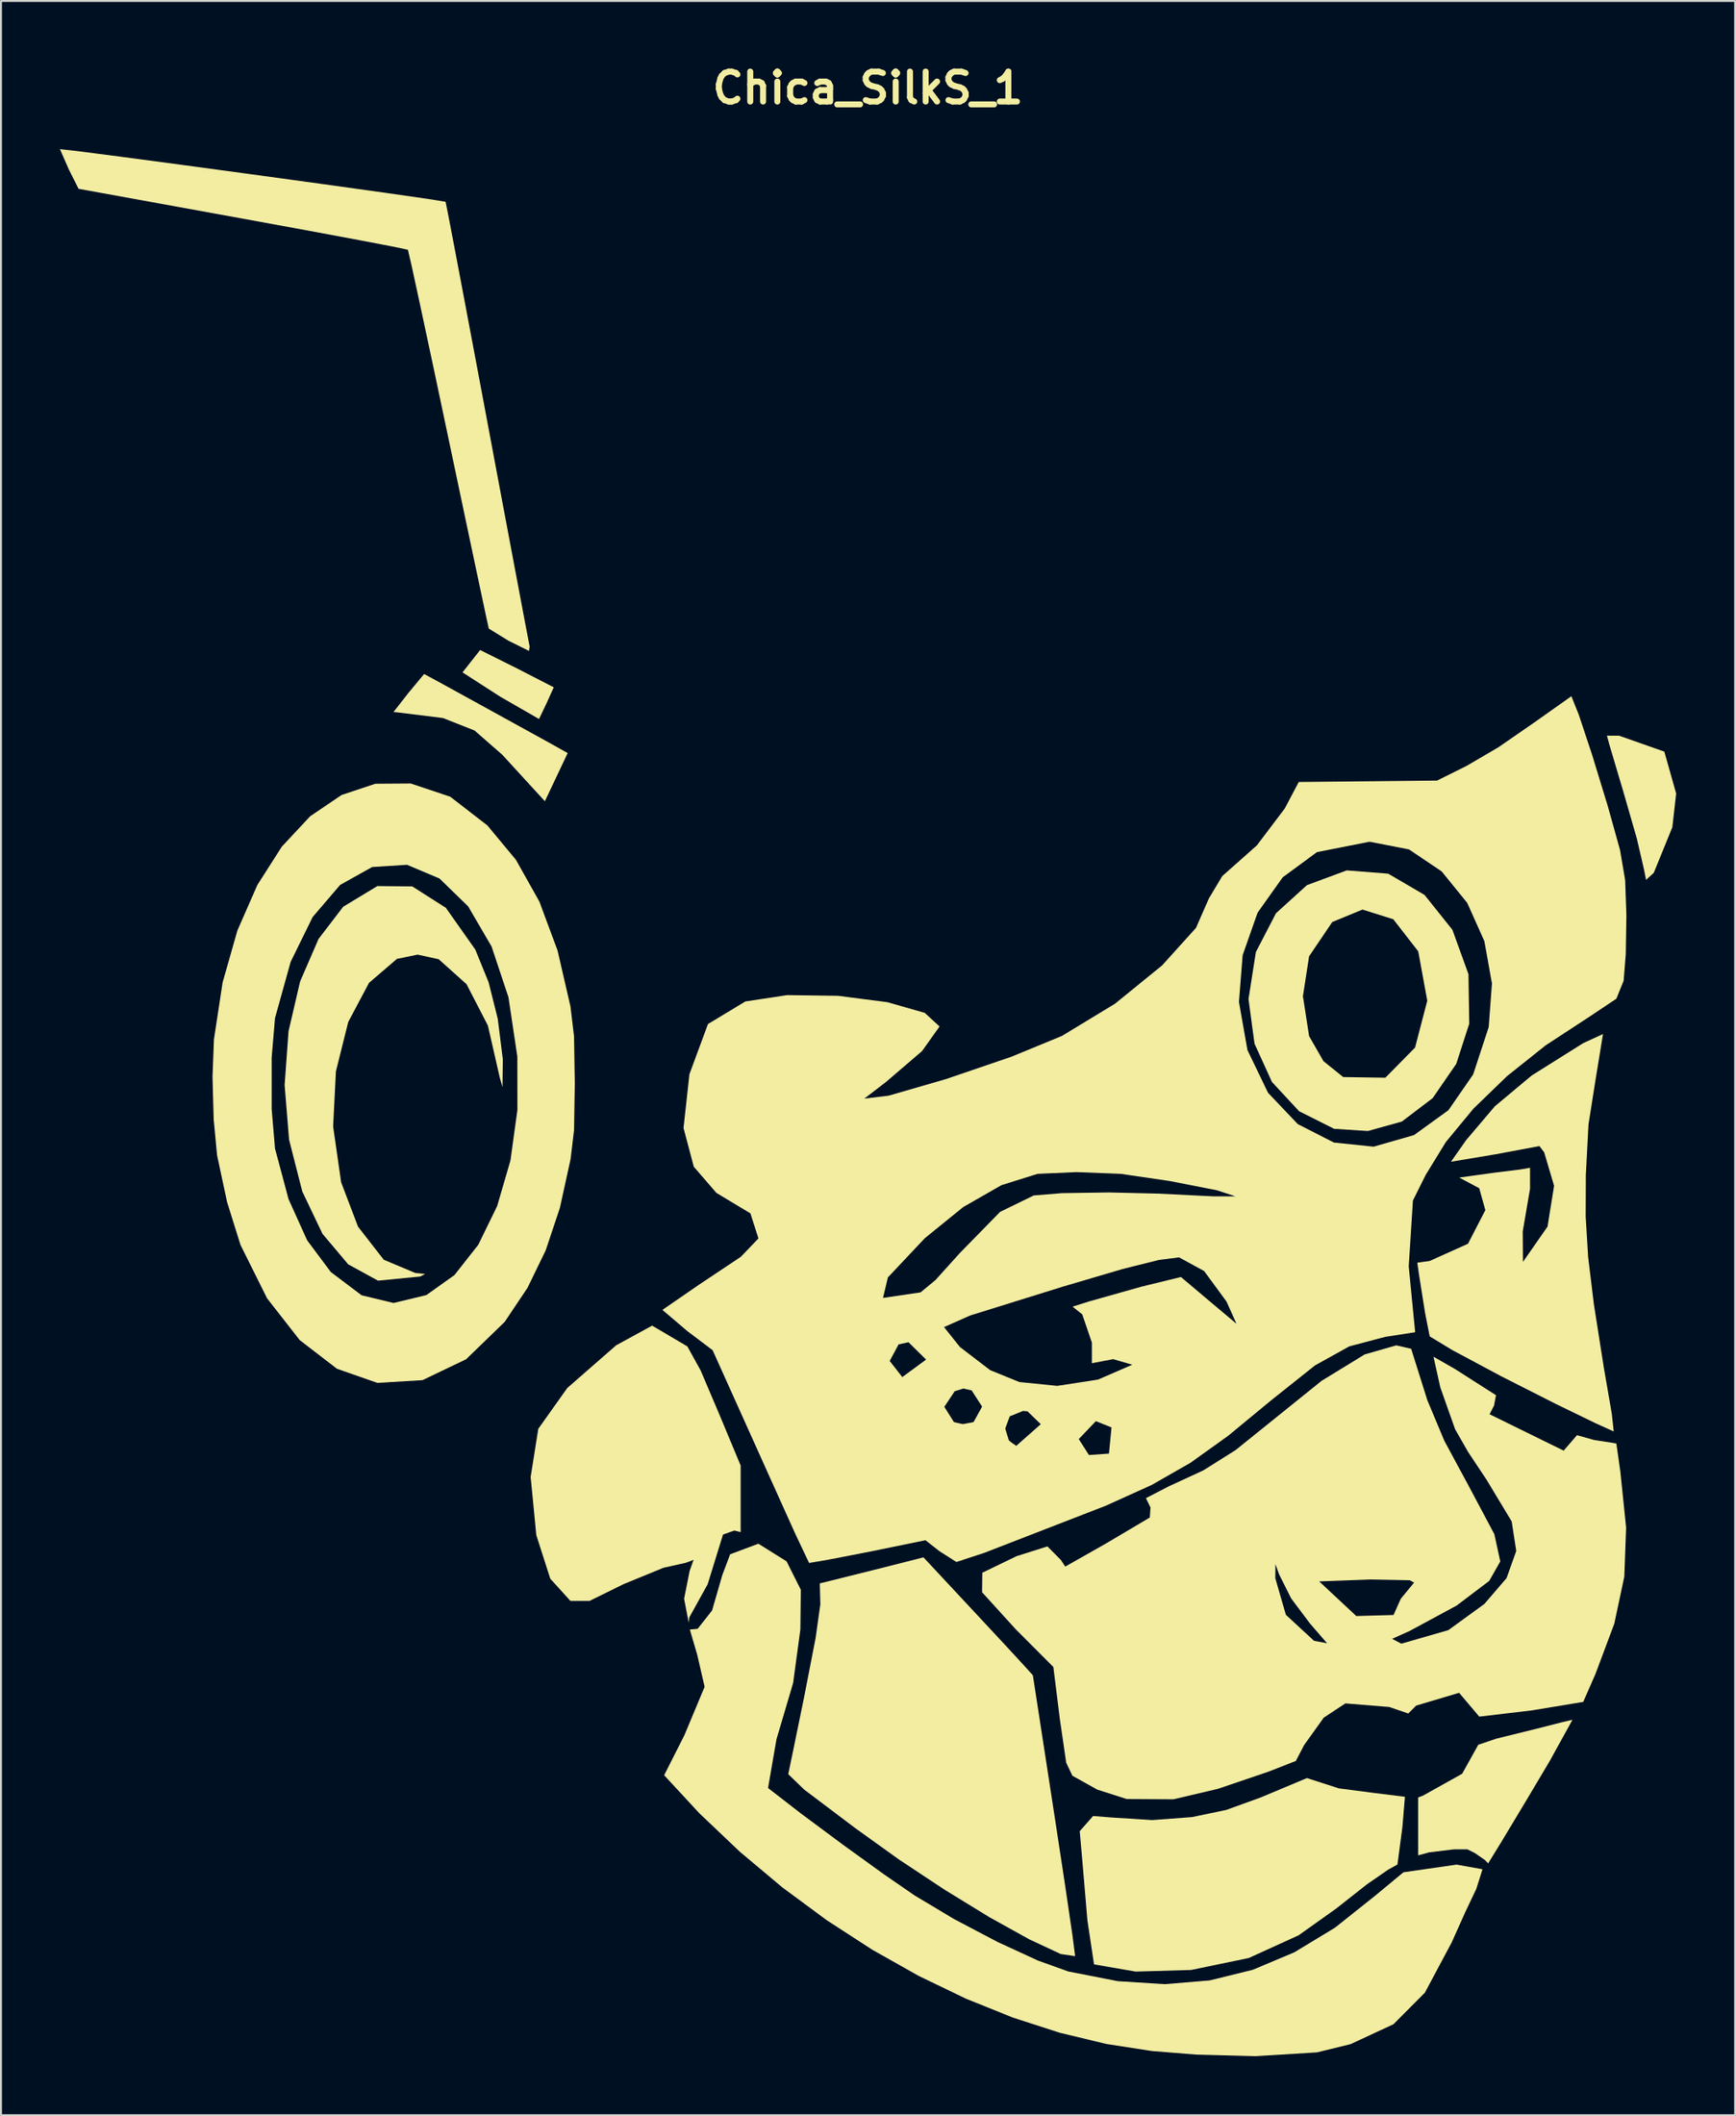
<source format=kicad_pcb>
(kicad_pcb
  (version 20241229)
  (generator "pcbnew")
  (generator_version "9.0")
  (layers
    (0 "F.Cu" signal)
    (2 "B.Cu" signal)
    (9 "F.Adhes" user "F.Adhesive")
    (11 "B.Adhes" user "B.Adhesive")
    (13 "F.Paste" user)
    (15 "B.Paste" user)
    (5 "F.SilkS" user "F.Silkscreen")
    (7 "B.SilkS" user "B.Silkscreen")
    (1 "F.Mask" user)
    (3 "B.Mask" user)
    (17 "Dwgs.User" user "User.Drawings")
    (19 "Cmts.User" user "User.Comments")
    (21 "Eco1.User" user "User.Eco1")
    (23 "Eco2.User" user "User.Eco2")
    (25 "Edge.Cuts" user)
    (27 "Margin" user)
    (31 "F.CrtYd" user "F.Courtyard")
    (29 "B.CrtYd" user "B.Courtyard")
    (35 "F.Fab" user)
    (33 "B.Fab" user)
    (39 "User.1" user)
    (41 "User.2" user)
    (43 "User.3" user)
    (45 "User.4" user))
  (footprint "Chica_SilkS_1"
    (layer "F.Cu")
    (at 41.115 53.024)
    (property "Reference" "Chica_SilkS_1" (at 0 -51.598 0) (layer "F.SilkS") (effects (font (size 1.524 1.524) (thickness 0.305))))
    (attr smd)
    (fp_poly (pts (xy -1.867 31.896) (xy -2.288 33.455) (xy 7.685 40.904) (xy 7.462 38.998) (xy -1.867 31.896)) (stroke (width 0) (type solid)) (fill yes) (layer "F.SilkS"))
    (fp_poly (pts (xy 25.848 41.25) (xy 28.372 40.161) (xy 28.864 41.389) (xy 28.446 44.121) (xy 26.581 45.986) (xy 25.625 46.348) (xy 25.848 41.25)) (stroke (width 0) (type solid)) (fill yes) (layer "F.SilkS"))
    (fp_poly (pts (xy 25.848 41.25) (xy 28.372 40.161) (xy 28.864 41.389) (xy 28.446 44.121) (xy 26.581 45.986) (xy 25.625 46.348) (xy 25.848 41.25)) (stroke (width 0) (type solid)) (fill yes) (layer "F.SilkS"))
    (fp_poly (pts (xy 25.848 41.25) (xy 28.372 40.161) (xy 28.864 41.389) (xy 28.446 44.121) (xy 26.581 45.986) (xy 25.625 46.348) (xy 25.848 41.25)) (stroke (width 0) (type solid)) (fill yes) (layer "F.SilkS"))
    (fp_poly (pts (xy 25.848 41.25) (xy 28.372 40.161) (xy 28.864 41.389) (xy 28.446 44.121) (xy 26.581 45.986) (xy 25.625 46.348) (xy 25.848 41.25)) (stroke (width 0) (type solid)) (fill yes) (layer "F.SilkS"))
    (fp_poly (pts (xy -18.703 -20.632) (xy -20.628 -21.872) (xy -19.733 -23.009) (xy -17.832 -22.062) (xy -15.986 -21.112) (xy -16.339 -20.33) (xy -16.735 -19.5) (xy -18.703 -20.632)) (stroke (width 0) (type solid)) (fill yes) (layer "F.SilkS"))
    (fp_poly (pts (xy -1.05 29.001) (xy -1.471 30.511) (xy -0.434 31.34) (xy 2.039 33.206) (xy 4.991 35.4) (xy 7.464 37.212) (xy 8.501 37.934) (xy 8.378 36.128) (xy -1.05 29.001)) (stroke (width 0) (type solid)) (fill yes) (layer "F.SilkS"))
    (fp_poly (pts (xy -0.593 26.942) (xy -0.873 28.114) (xy 0.086 28.836) (xy 2.372 30.552) (xy 5.095 32.591) (xy 7.368 34.278) (xy 8.303 34.94) (xy 7.883 32.589) (xy 6.506 31.665) (xy 3.599 29.728) (xy 0.714 27.81) (xy -0.593 26.942)) (stroke (width 0) (type solid)) (fill yes) (layer "F.SilkS"))
    (fp_poly (pts (xy 39.599 -11.318) (xy 39.492 -11.86) (xy 39.126 -13.433) (xy 38.44 -15.815) (xy 37.748 -18.142) (xy 37.609 -18.65) (xy 38.231 -18.65) (xy 40.529 -17.841) (xy 41.131 -15.71) (xy 40.937 -13.997) (xy 39.992 -11.676) (xy 39.599 -11.318)) (stroke (width 0) (type solid)) (fill yes) (layer "F.SilkS"))
    (fp_poly (pts (xy -16.778 -15.688) (xy -18.609 -17.687) (xy -20.019 -18.917) (xy -21.625 -19.55) (xy -24.011 -19.846) (xy -24.142 -19.853) (xy -23.383 -20.826) (xy -22.582 -21.789) (xy -21.876 -21.408) (xy -19.778 -20.255) (xy -16.209 -18.289) (xy -15.277 -17.767) (xy -16.437 -15.318) (xy -16.778 -15.689) (xy -16.778 -15.688)) (stroke (width 0) (type solid)) (fill yes) (layer "F.SilkS"))
    (fp_poly (pts (xy 31.403 38.542) (xy 30.886 38.184) (xy 30.505 37.995) (xy 29.81 37.997) (xy 28.557 38.151) (xy 28.001 38.302) (xy 28.001 36.829) (xy 28.001 35.355) (xy 28.236 35.27) (xy 30.24 34.152) (xy 30.67 33.382) (xy 31.06 32.678) (xy 31.963 32.371) (xy 34.018 31.863) (xy 35.296 31.538) (xy 35.855 31.406) (xy 34.701 33.497) (xy 33.478 35.553) (xy 32.18 37.71) (xy 31.564 38.71) (xy 31.403 38.542) (xy 31.403 38.542)) (stroke (width 0) (type solid)) (fill yes) (layer "F.SilkS"))
    (fp_poly (pts (xy 11.508 43.849) (xy 11.17 41.606) (xy 10.912 38.567) (xy 10.78 37.074) (xy 11.459 36.302) (xy 12.413 36.377) (xy 14.468 36.508) (xy 16.49 36.356) (xy 18.233 35.993) (xy 19.985 35.359) (xy 22.342 34.371) (xy 23.968 34.896) (xy 25.589 35.107) (xy 27.329 35.324) (xy 27.199 36.875) (xy 26.948 38.77) (xy 26.481 39.027) (xy 25.406 39.768) (xy 23.827 41.011) (xy 21.919 42.369) (xy 19.382 43.524) (xy 16.451 44.132) (xy 13.632 44.215) (xy 11.508 43.849)) (stroke (width 0) (type solid)) (fill yes) (layer "F.SilkS"))
    (fp_poly (pts (xy 9.814 43.321) (xy 8.22 42.578) (xy 6.187 41.45) (xy 3.907 40.053) (xy 1.568 38.505) (xy -0.639 36.92) (xy -3.242 34.957) (xy -4.053 34.173) (xy -3.792 32.918) (xy -3.242 30.237) (xy -2.661 27.248) (xy -2.42 25.535) (xy -2.447 24.469) (xy 0.24 23.8) (xy 2.829 23.144) (xy 5.189 25.675) (xy 6.981 27.599) (xy 7.972 28.673) (xy 8.395 29.142) (xy 9.484 36.202) (xy 10.029 39.782) (xy 10.411 42.378) (xy 10.546 43.43) (xy 9.813 43.321) (xy 9.814 43.321)) (stroke (width 0) (type solid)) (fill yes) (layer "F.SilkS"))
    (fp_poly (pts (xy -9.352 25.25) (xy -9.072 23.839) (xy -8.87 23.269) (xy -9.247 23.415) (xy -10.401 23.674) (xy -12.431 24.505) (xy -14.169 25.362) (xy -15.135 25.362) (xy -16.162 24.23) (xy -16.874 22.013) (xy -17.161 19.056) (xy -16.773 16.606) (xy -15.298 14.53) (xy -12.81 12.357) (xy -10.979 11.357) (xy -9.187 12.414) (xy -8.512 13.634) (xy -7.587 15.807) (xy -6.474 18.476) (xy -6.474 20.168) (xy -6.474 21.861) (xy -6.795 21.78) (xy -7.372 21.983) (xy -8.154 24.512) (xy -9.09 26.203) (xy -9.117 26.473) (xy -9.352 25.25) (xy -9.352 25.25)) (stroke (width 0) (type solid)) (fill yes) (layer "F.SilkS"))
    (fp_poly (pts (xy 23.727 1.346) (xy 26.332 -1.254) (xy 27.844 -2.786) (xy 28.466 -5.172) (xy 28.006 -7.681) (xy 26.737 -9.314) (xy 25.17 -9.807) (xy 23.632 -9.174) (xy 22.452 -7.43) (xy 22.138 -5.4) (xy 22.452 -3.371) (xy 23.183 -2.096) (xy 24.188 -1.287) (xy 26.332 -1.254) (xy 26.332 -1.254) (xy 23.727 1.346) (xy 21.942 0.45) (xy 20.562 -1.038) (xy 19.675 -2.984) (xy 19.369 -5.253) (xy 19.743 -7.645) (xy 20.768 -9.621) (xy 22.343 -11.05) (xy 24.367 -11.8) (xy 26.476 -11.633) (xy 28.326 -10.552) (xy 29.746 -8.776) (xy 30.562 -6.52) (xy 30.601 -4.001) (xy 29.94 -1.957) (xy 28.74 -0.215) (xy 27.171 0.977) (xy 25.443 1.457) (xy 23.727 1.346)) (stroke (width 0) (type solid)) (fill yes) (layer "F.SilkS"))
    (fp_poly (pts (xy -24.93 9.069) (xy -26.445 8.24) (xy -27.754 6.688) (xy -28.782 4.534) (xy -29.454 1.899) (xy -29.682 -0.88) (xy -29.482 -3.616) (xy -28.893 -6.149) (xy -27.954 -8.314) (xy -26.7 -9.951) (xy -24.962 -11.003) (xy -23.185 -10.984) (xy -21.476 -9.895) (xy -19.979 -7.774) (xy -19.301 -6.109) (xy -18.836 -4.256) (xy -18.578 -2.196) (xy -18.595 -0.778) (xy -18.732 -1.257) (xy -19.337 -3.906) (xy -20.424 -6.011) (xy -21.842 -7.281) (xy -22.915 -7.515) (xy -23.966 -7.298) (xy -25.388 -6.078) (xy -26.444 -4.088) (xy -27.072 -1.572) (xy -27.213 1.227) (xy -26.805 4.066) (xy -25.946 6.323) (xy -24.637 8.005) (xy -23.028 8.681) (xy -22.532 8.727) (xy -22.777 8.858) (xy -24.93 9.069) (xy -24.93 9.069)) (stroke (width 0) (type solid)) (fill yes) (layer "F.SilkS"))
    (fp_poly (pts (xy -18.293 -23.484) (xy -19.292 -24.1) (xy -19.465 -24.892) (xy -19.908 -26.976) (xy -20.555 -30.034) (xy -21.339 -33.751) (xy -22.124 -37.465) (xy -22.776 -40.516) (xy -23.226 -42.59) (xy -23.408 -43.369) (xy -24.09 -43.515) (xy -25.902 -43.862) (xy -28.57 -44.359) (xy -31.817 -44.953) (xy -40.168 -46.47) (xy -40.657 -47.444) (xy -41.115 -48.487) (xy -40.267 -48.393) (xy -38.047 -48.106) (xy -34.912 -47.688) (xy -31.319 -47.201) (xy -27.723 -46.708) (xy -24.582 -46.27) (xy -22.352 -45.95) (xy -21.49 -45.81) (xy -21.372 -45.227) (xy -21.065 -43.625) (xy -20.604 -41.193) (xy -20.024 -38.119) (xy -19.361 -34.592) (xy -18.698 -31.055) (xy -18.115 -27.954) (xy -17.649 -25.481) (xy -17.336 -23.827) (xy -17.212 -23.184) (xy -17.245 -22.964) (xy -18.293 -23.484) (xy -18.293 -23.484)) (stroke (width 0) (type solid)) (fill yes) (layer "F.SilkS"))
    (fp_poly (pts (xy 35.011 15.342) (xy 32.21 13.923) (xy 29.724 12.592) (xy 28.59 11.904) (xy 28.358 10.734) (xy 28.04 8.731) (xy 27.959 8.155) (xy 28.586 8.069) (xy 30.539 7.191) (xy 31.421 5.482) (xy 31.11 4.369) (xy 30.094 3.825) (xy 31.836 3.583) (xy 33.24 3.408) (xy 33.695 3.326) (xy 33.695 4.396) (xy 33.324 6.564) (xy 33.334 8.117) (xy 34.585 6.321) (xy 34.919 4.244) (xy 34.416 2.545) (xy 34.173 2.223) (xy 31.942 2.641) (xy 29.672 3.02) (xy 30.441 1.924) (xy 31.904 0.2) (xy 33.779 -1.366) (xy 36.397 -3.01) (xy 37.408 -3.475) (xy 37.034 -1.184) (xy 36.669 1.128) (xy 36.534 3.707) (xy 36.527 5.819) (xy 36.651 7.862) (xy 36.944 10.269) (xy 37.447 13.471) (xy 37.856 15.841) (xy 37.953 16.74) (xy 37.004 16.31) (xy 35.011 15.342) (xy 35.011 15.342)) (stroke (width 0) (type solid)) (fill yes) (layer "F.SilkS"))
    (fp_poly (pts (xy 14.456 48.256) (xy 12.136 47.897) (xy 9.771 47.328) (xy 7.379 46.555) (xy 4.978 45.588) (xy 2.586 44.435) (xy 0.223 43.103) (xy -2.093 41.602) (xy -4.345 39.939) (xy -6.513 38.122) (xy -8.579 36.159) (xy -10.368 34.227) (xy -9.338 32.193) (xy -8.309 29.73) (xy -8.683 28.103) (xy -9.061 26.816) (xy -8.663 26.779) (xy -7.929 25.846) (xy -7.409 24.049) (xy -7.01 22.988) (xy -5.574 22.45) (xy -4.14 23.346) (xy -3.413 24.791) (xy -3.435 26.809) (xy -3.804 29.531) (xy -4.653 32.403) (xy -5.081 34.877) (xy -3.415 36.167) (xy -1.277 37.755) (xy 0.823 39.271) (xy 2.381 40.344) (xy 4.383 41.542) (xy 6.596 42.706) (xy 8.655 43.655) (xy 10.198 44.209) (xy 12.715 44.702) (xy 15.107 44.855) (xy 17.392 44.664) (xy 19.586 44.124) (xy 21.706 43.231) (xy 23.769 41.982) (xy 25.791 40.373) (xy 27.254 39.163) (xy 29.957 38.774) (xy 31.276 39.009) (xy 30.963 40.003) (xy 30.392 41.205) (xy 29.708 42.733) (xy 28.345 45.286) (xy 26.747 46.892) (xy 24.561 47.906) (xy 22.854 48.324) (xy 19.727 48.518) (xy 16.704 48.437) (xy 14.456 48.256) (xy 14.456 48.256)) (stroke (width 0) (type solid)) (fill yes) (layer "F.SilkS"))
    (fp_poly (pts (xy -24.962 14.27) (xy -22.468 9.803) (xy -21.038 8.784) (xy -19.825 7.242) (xy -18.863 5.268) (xy -18.189 2.954) (xy -17.836 0.39) (xy -17.839 -2.33) (xy -18.291 -5.348) (xy -19.149 -7.926) (xy -20.342 -9.969) (xy -21.801 -11.387) (xy -23.453 -12.085) (xy -25.227 -11.971) (xy -26.856 -11.061) (xy -28.255 -9.428) (xy -29.375 -7.145) (xy -30.171 -4.286) (xy -30.34 -2.281) (xy -30.34 0.343) (xy -30.171 2.346) (xy -29.482 4.921) (xy -28.535 7.017) (xy -27.331 8.63) (xy -25.764 9.813) (xy -24.138 10.205) (xy -22.469 9.803) (xy -22.468 9.803) (xy -24.962 14.27) (xy -27.018 13.551) (xy -28.913 12.093) (xy -30.574 9.968) (xy -31.927 7.251) (xy -32.608 5.075) (xy -33.118 2.692) (xy -33.292 0.86) (xy -33.351 -1.308) (xy -33.278 -3.204) (xy -32.835 -6.105) (xy -32.085 -8.74) (xy -31.068 -11.059) (xy -29.82 -13.013) (xy -28.378 -14.556) (xy -26.781 -15.636) (xy -25.065 -16.207) (xy -23.267 -16.22) (xy -21.252 -15.547) (xy -19.362 -14.085) (xy -17.907 -12.333) (xy -16.717 -10.212) (xy -15.793 -7.727) (xy -15.136 -4.88) (xy -14.953 -3.359) (xy -14.914 -0.97) (xy -14.952 1.406) (xy -15.13 2.89) (xy -15.673 5.365) (xy -16.394 7.524) (xy -17.322 9.435) (xy -18.484 11.168) (xy -20.444 13.066) (xy -22.664 14.13) (xy -24.962 14.27)) (stroke (width 0) (type solid)) (fill yes) (layer "F.SilkS"))
    (fp_poly (pts (xy 13.168 35.437) (xy 23.366 27.513) (xy 22.496 26.508) (xy 21.537 25.23) (xy 20.922 24) (xy 20.74 23.488) (xy 20.733 24.206) (xy 21.27 26.066) (xy 22.702 27.389) (xy 23.366 27.513) (xy 23.366 27.513) (xy 13.168 35.437) (xy 26.749 26.076) (xy 26.749 26.076) (xy 27.119 25.248) (xy 27.796 24.428) (xy 27.574 24.309) (xy 25.592 24.269) (xy 22.967 24.368) (xy 24.854 26.129) (xy 26.749 26.076) (xy 13.168 35.437) (xy 11.672 34.958) (xy 10.406 34.252) (xy 10.091 33.588) (xy 9.766 31.353) (xy 9.438 28.72) (xy 7.523 26.802) (xy 5.811 24.919) (xy 5.823 23.926) (xy 7.569 23.082) (xy 9.136 22.587) (xy 9.821 23.278) (xy 10.043 23.613) (xy 12.064 22.469) (xy 14.346 21.118) (xy 14.381 20.608) (xy 14.149 20.133) (xy 15.304 19.535) (xy 17.07 18.72) (xy 18.711 17.688) (xy 20.398 16.33) (xy 23.087 14.165) (xy 25.283 12.821) (xy 26.887 12.36) (xy 27.646 12.535) (xy 28.47 15.153) (xy 29.334 17.215) (xy 30.557 19.48) (xy 31.879 21.965) (xy 32.181 23.352) (xy 31.616 24.344) (xy 29.96 25.596) (xy 27.586 26.879) (xy 26.677 27.289) (xy 27.147 27.535) (xy 29.538 26.846) (xy 31.373 25.513) (xy 32.501 24.199) (xy 32.993 22.82) (xy 32.762 21.317) (xy 31.48 19.192) (xy 30.545 17.786) (xy 29.883 16.629) (xy 29.129 14.497) (xy 28.782 12.938) (xy 29.862 13.555) (xy 31.962 14.896) (xy 31.864 15.423) (xy 31.636 15.864) (xy 33.522 16.79) (xy 35.407 17.716) (xy 35.745 17.323) (xy 36.083 16.93) (xy 36.945 17.172) (xy 37.946 17.328) (xy 38.088 17.356) (xy 38.293 18.799) (xy 38.585 21.639) (xy 38.492 24.126) (xy 37.983 26.518) (xy 37.026 29.072) (xy 36.402 30.497) (xy 33.779 30.93) (xy 31.112 31.246) (xy 30.086 30.034) (xy 27.9 30.685) (xy 27.499 31.086) (xy 26.528 30.755) (xy 24.297 30.573) (xy 23.197 31.299) (xy 22.197 32.695) (xy 21.777 33.501) (xy 20.377 34.048) (xy 17.808 34.92) (xy 15.548 35.451) (xy 13.168 35.437) (xy 13.168 35.437)) (stroke (width 0) (type solid)) (fill yes) (layer "F.SilkS"))
    (fp_poly (pts (xy 35.799 -20.659) (xy 25.529 -13.258) (xy 27.535 -12.867) (xy 29.198 -11.748) (xy 30.498 -10.147) (xy 31.371 -8.201) (xy 31.757 -6.049) (xy 31.592 -3.83) (xy 30.801 -1.421) (xy 29.543 0.398) (xy 27.792 1.664) (xy 25.734 2.254) (xy 23.714 2.044) (xy 21.876 1.106) (xy 20.362 -0.487) (xy 19.315 -2.66) (xy 18.882 -5.107) (xy 19.071 -7.486) (xy 19.831 -9.649) (xy 21.109 -11.447) (xy 22.853 -12.73) (xy 25.529 -13.258) (xy 35.799 -20.659) (xy 33.861 -19.289) (xy 32.084 -18.062) (xy 30.468 -17.116) (xy 28.967 -16.369) (xy 25.447 -16.332) (xy 2.9 6.907) (xy 4.855 5.323) (xy 6.796 4.212) (xy 8.634 3.636) (xy 10.608 3.548) (xy 10.608 3.548) (xy 12.869 3.636) (xy 15.369 4.003) (xy 17.774 4.475) (xy 18.706 4.782) (xy 17.572 4.781) (xy 14.757 4.641) (xy 12.265 4.582) (xy 9.875 4.618) (xy 8.44 4.736) (xy 6.727 5.571) (xy 4.672 7.671) (xy 3.437 9.041) (xy 2.681 9.665) (xy 0.769 9.948) (xy 1.017 8.905) (xy 2.9 6.907) (xy 25.447 -16.332) (xy 21.926 -16.296) (xy 21.215 -14.95) (xy 19.793 -13.071) (xy 18.033 -11.51) (xy 17.354 -10.375) (xy 16.695 -8.873) (xy 14.972 -6.967) (xy 12.572 -5.016) (xy 9.876 -3.38) (xy 7.311 -2.324) (xy 3.963 -1.181) (xy 1.057 -0.341) (xy -0.184 -0.19) (xy 0.916 -1.033) (xy 2.757 -2.61) (xy 3.646 -3.86) (xy 2.893 -4.553) (xy 0.991 -5.096) (xy -1.522 -5.42) (xy 1.109 13.154) (xy 1.562 12.313) (xy 2.066 12.201) (xy 2.962 13.084) (xy 1.751 13.974) (xy 1.109 13.154) (xy -1.522 -5.42) (xy -4.11 -5.455) (xy -6.235 -5.133) (xy -8.138 -3.984) (xy -9.082 -1.431) (xy 4.417 14.695) (xy 4.858 14.557) (xy 4.858 14.557) (xy 5.279 14.652) (xy 5.812 15.476) (xy 5.377 16.264) (xy 4.842 16.365) (xy 4.784 16.359) (xy 4.38 16.266) (xy 3.889 15.487) (xy 4.417 14.695) (xy -9.082 -1.431) (xy -9.382 1.305) (xy 7.217 15.972) (xy 7.898 15.696) (xy 7.898 15.696) (xy 8.123 15.717) (xy 8.798 16.371) (xy 7.55 17.472) (xy 7.294 17.295) (xy 7.196 17.212) (xy 7.194 17.209) (xy 7.171 17.183) (xy 7.169 17.181) (xy 6.989 16.592) (xy 7.217 15.972) (xy -9.382 1.305) (xy -8.858 3.276) (xy 11.249 17.939) (xy 10.731 17.128) (xy 11.6 16.216) (xy 11.6 16.216) (xy 12.397 16.535) (xy 12.268 17.866) (xy 11.249 17.939) (xy -8.858 3.276) (xy -7.708 4.606) (xy -5.979 5.645) (xy 6.221 13.621) (xy 4.684 12.445) (xy 3.874 11.431) (xy 5.21 10.839) (xy 9.909 9.377) (xy 12.976 8.473) (xy 14.815 8.014) (xy 15.834 7.885) (xy 17.11 8.58) (xy 18.249 10.131) (xy 18.758 11.265) (xy 17.393 10.117) (xy 15.93 8.884) (xy 13.919 9.375) (xy 11.228 10.134) (xy 10.417 10.392) (xy 10.908 10.784) (xy 11.399 12.222) (xy 11.399 13.268) (xy 12.482 13.063) (xy 13.456 13.345) (xy 11.71 14.102) (xy 9.635 14.421) (xy 7.708 14.226) (xy 6.221 13.621) (xy -5.979 5.645) (xy -5.57 6.921) (xy -6.464 7.855) (xy -8.593 9.274) (xy -10.457 10.557) (xy -9.183 11.639) (xy -7.901 12.607) (xy -6.12 16.564) (xy -5.132 18.758) (xy -4.255 20.705) (xy -3.677 21.984) (xy -2.992 23.43) (xy -1.988 23.258) (xy 0.113 22.85) (xy 2.93 22.273) (xy 3.641 22.83) (xy 4.504 23.38) (xy 5.928 22.913) (xy 9.089 21.687) (xy 12.108 20.517) (xy 14.444 19.46) (xy 16.415 18.334) (xy 18.336 16.958) (xy 20.525 15.153) (xy 22.749 13.383) (xy 24.494 12.413) (xy 26.323 11.929) (xy 27.849 11.692) (xy 27.522 8.342) (xy 27.736 4.992) (xy 28.387 3.686) (xy 29.412 2.017) (xy 30.812 0.323) (xy 32.526 -1.336) (xy 34.491 -2.901) (xy 36.644 -4.309) (xy 38.088 -5.272) (xy 38.458 -6.188) (xy 38.567 -7.539) (xy 38.599 -9.514) (xy 38.535 -11.307) (xy 38.275 -12.836) (xy 37.649 -15.081) (xy 36.856 -17.671) (xy 36.177 -19.717) (xy 35.799 -20.659) (xy 35.799 -20.659)) (stroke (width 0) (type solid)) (fill yes) (layer "F.SilkS")))
  (gr_rect
    (start -3 -3)
    (end 85.246 104.542)
    (stroke (width 0.1) (type default))
    (fill no)
    (layer "Edge.Cuts")))
</source>
